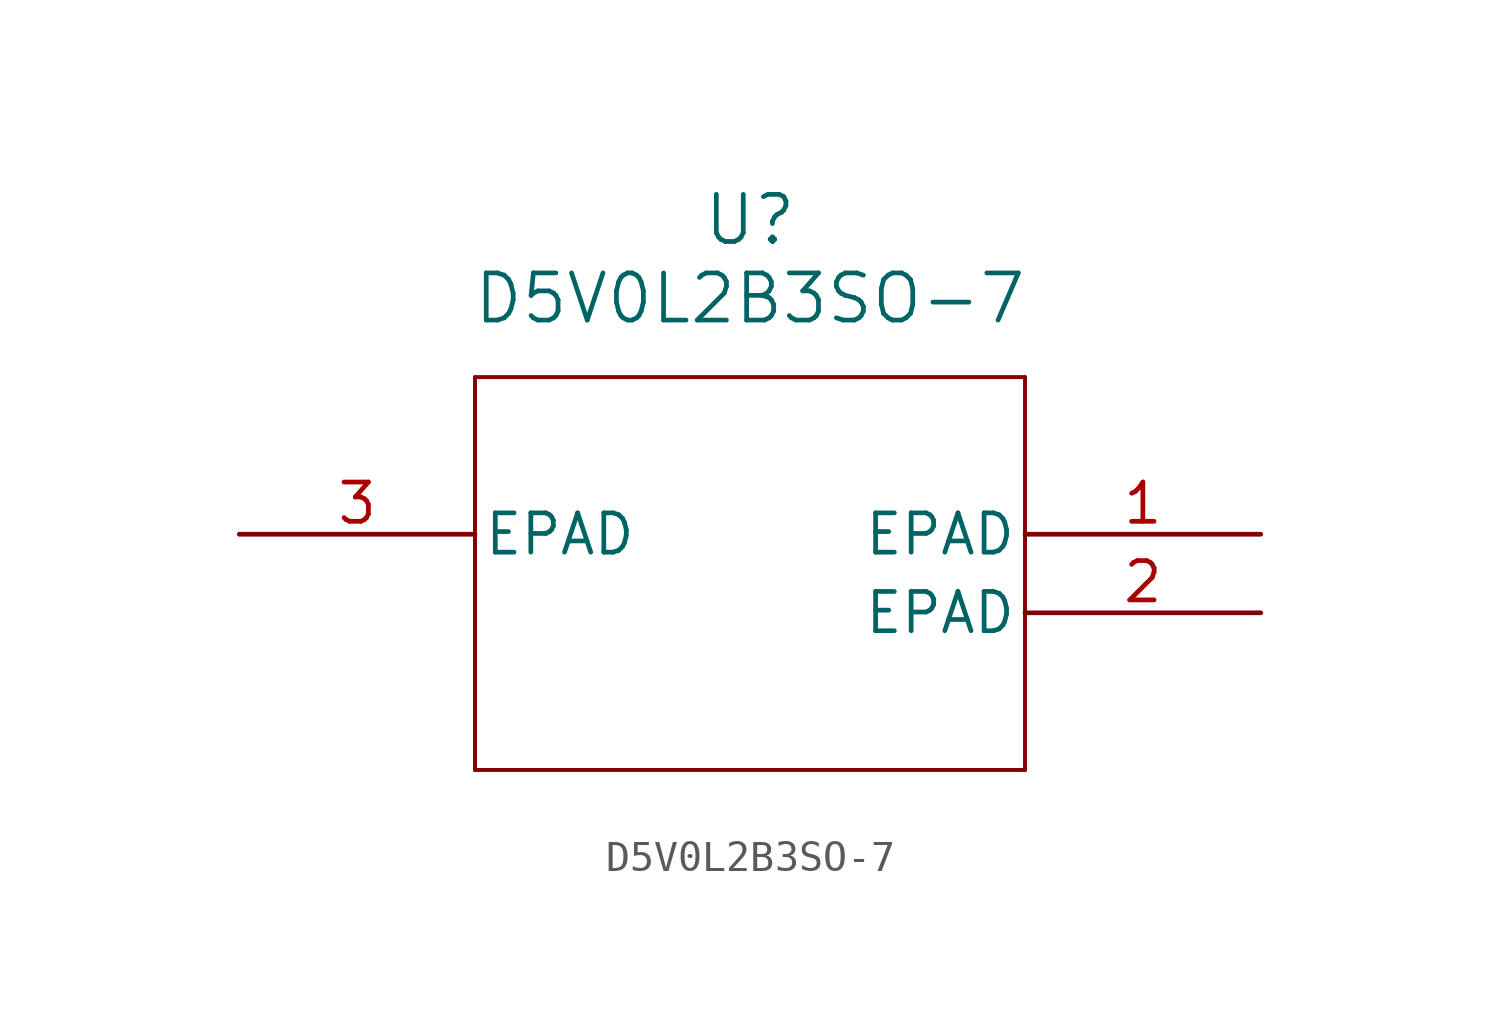
<source format=kicad_sym>
(kicad_symbol_lib
  (version 20220914)
  (generator kicad_symbol_editor)
  (symbol "D5V0L2B3SO-7"
    (pin_names
      (offset 0.254))
    (property "Reference" "U"
      (at 16.51 10.16 0)
      (effects (font (size 1.524 1.524))))
    (property "Value" "D5V0L2B3SO-7"
      (at 16.51 7.62 0)
      (effects (font (size 1.524 1.524))))
    (property "ki_locked" ""
      (at 0 0 0)
      (effects (font (size 1.27 1.27))))
    (symbol "D5V0L2B3SO-7_0_1"
      (polyline (pts (xy 7.62 -7.62) (xy 25.4 -7.62)) (stroke (width 0.127) (type default)) (fill (type none)))
      (polyline (pts (xy 7.62 5.08) (xy 7.62 -7.62)) (stroke (width 0.127) (type default)) (fill (type none)))
      (polyline (pts (xy 25.4 -7.62) (xy 25.4 5.08)) (stroke (width 0.127) (type default)) (fill (type none)))
      (polyline (pts (xy 25.4 5.08) (xy 7.62 5.08)) (stroke (width 0.127) (type default)) (fill (type none)))
      (pin unspecified line (at 33.02 0 180) (length 7.62) (name "EPAD" (effects (font (size 1.27 1.27)))) (number "1" (effects (font (size 1.27 1.27)))))
      (pin unspecified line (at 33.02 -2.54 180) (length 7.62) (name "EPAD" (effects (font (size 1.27 1.27)))) (number "2" (effects (font (size 1.27 1.27)))))
      (pin unspecified line (at 0 0 0) (length 7.62) (name "EPAD" (effects (font (size 1.27 1.27)))) (number "3" (effects (font (size 1.27 1.27))))))))
</source>
